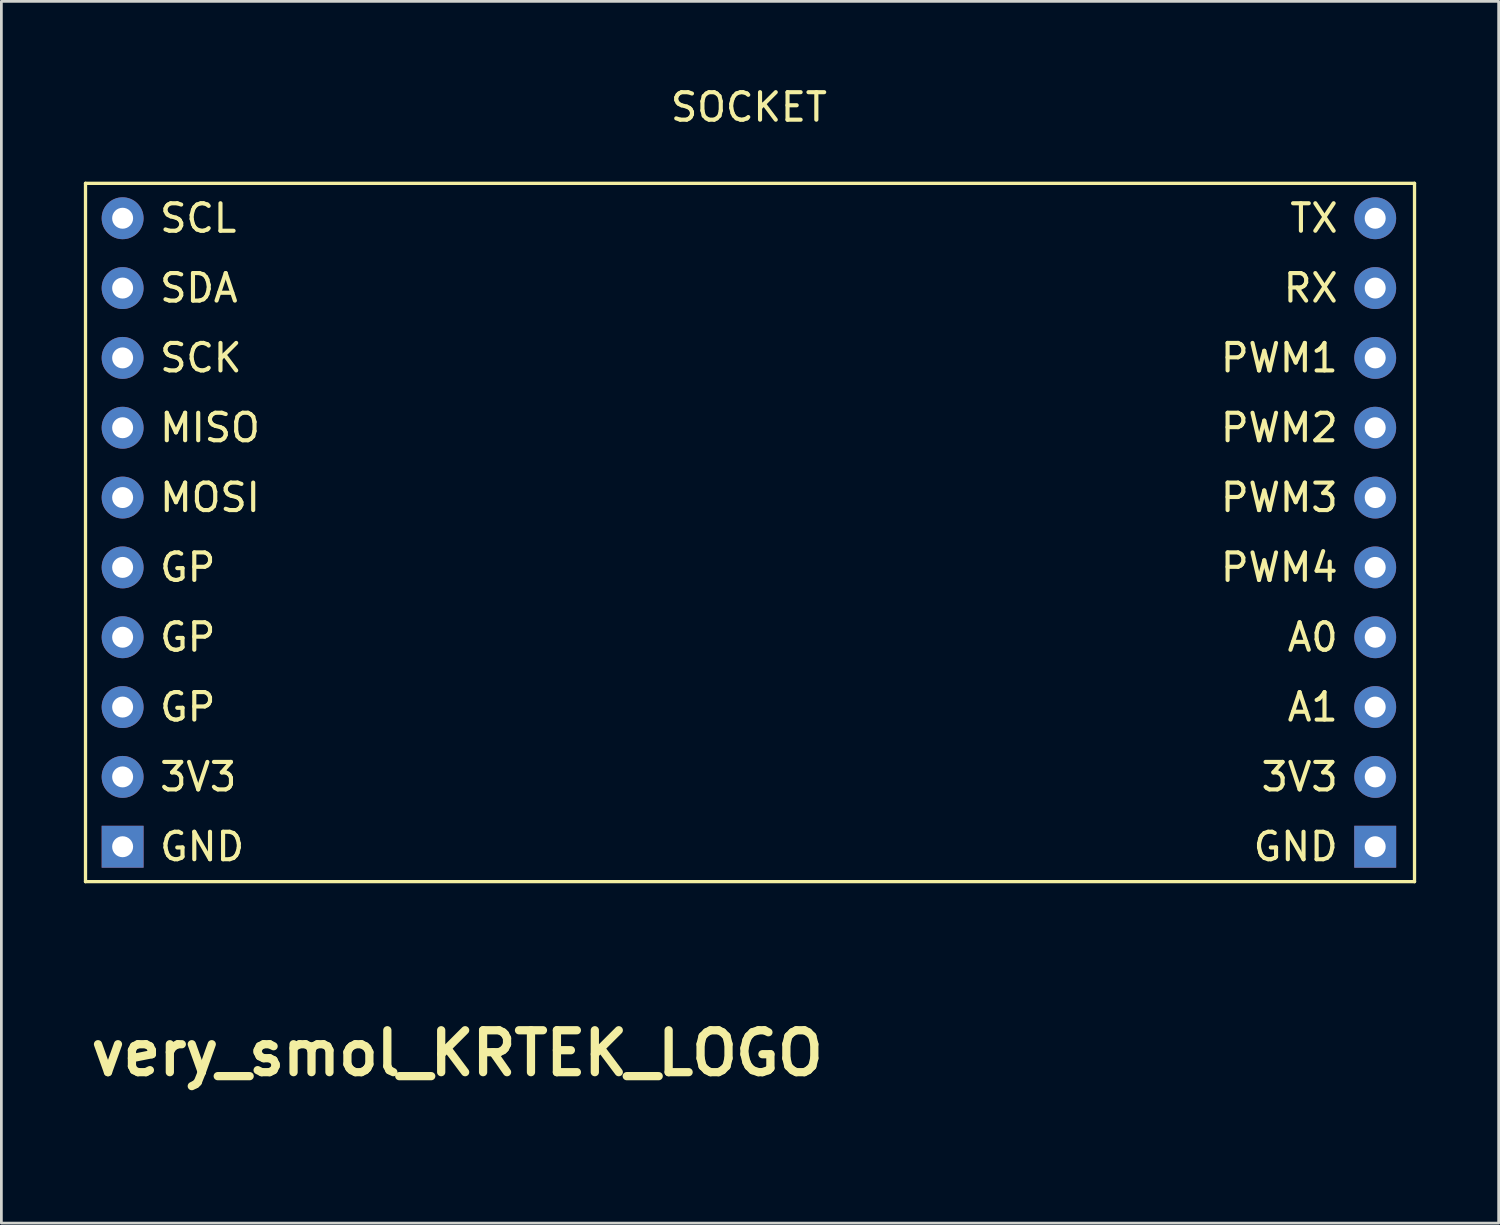
<source format=kicad_pcb>
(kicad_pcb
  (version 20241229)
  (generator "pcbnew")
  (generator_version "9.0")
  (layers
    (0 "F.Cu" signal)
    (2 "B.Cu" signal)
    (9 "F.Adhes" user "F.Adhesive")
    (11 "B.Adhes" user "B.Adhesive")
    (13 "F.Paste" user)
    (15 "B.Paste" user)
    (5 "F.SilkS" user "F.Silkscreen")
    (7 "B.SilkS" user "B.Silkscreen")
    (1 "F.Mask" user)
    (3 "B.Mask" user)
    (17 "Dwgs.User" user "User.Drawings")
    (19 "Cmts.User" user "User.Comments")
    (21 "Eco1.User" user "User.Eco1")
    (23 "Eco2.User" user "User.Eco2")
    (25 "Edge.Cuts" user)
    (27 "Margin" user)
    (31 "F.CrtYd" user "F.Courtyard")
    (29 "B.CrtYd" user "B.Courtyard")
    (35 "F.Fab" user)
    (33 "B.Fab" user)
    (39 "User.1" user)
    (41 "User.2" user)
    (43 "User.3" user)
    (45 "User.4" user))
  (footprint "very_smol_KRTEK_LOGO"
    (layer "F.Cu")
    (at 13.578 35.258)
    (property "Reference" "very_smol_KRTEK_LOGO" (at 0 0 0) (layer "F.SilkS") (effects (font (size 1.524 1.524) (thickness 0.3))))
    (attr through_hole)
    (fp_poly (pts (xy 3.175 3.175) (xy -3.175 3.175) (xy -3.175 0.151) (xy -1.921 0.151) (xy -1.842 0.616) (xy -1.671 0.768) (xy -1.283 0.715) (xy -1.201 0.529) (xy -0.353 0.529) (xy -0.176 0.706) (xy 0 0.529) (xy -0.176 0.353) (xy -0.353 0.529) (xy -1.201 0.529) (xy -0.964 -0.009) (xy -0.94 -0.096) (xy -0.633 -1.09) (xy -0.575 -1.232) (xy -0.172 -1.232) (xy -0.104 -0.715) (xy -0.095 -0.677) (xy 0.114 -0.204) (xy 0.278 -0.305) (xy 0.2 -0.944) (xy 0.059 -1.14) (xy -0.172 -1.232) (xy -0.575 -1.232) (xy -0.32 -1.852) (xy -0.167 -2.347) (xy -0.262 -2.464) (xy -0.91 -2.148) (xy -1.487 -1.196) (xy -1.671 -0.724) (xy -1.921 0.151) (xy -3.175 0.151) (xy -3.175 -3.175) (xy 3.175 -3.175) (xy 3.175 3.175)) (stroke (width 0.01) (type solid)) (fill no) (layer "Eco2.User")))
  (footprint "SOCKET"
    (layer "F.Cu")
    (at 24.19 2.348)
    (property "Reference" "SOCKET" (at 0 -1.5 0) (layer "F.SilkS") (effects (font (size 1 1) (thickness 0.15))))
    (attr through_hole)
    (fp_line (start -24.13 1.27) (end 24.21 1.27) (stroke (width 0.12) (type solid)) (layer "F.SilkS"))
    (fp_line (start -24.13 26.67) (end -24.13 1.27) (stroke (width 0.12) (type solid)) (layer "F.SilkS"))
    (fp_line (start 24.21 1.27) (end 24.21 26.67) (stroke (width 0.12) (type solid)) (layer "F.SilkS"))
    (fp_line (start 24.21 26.67) (end -24.13 26.67) (stroke (width 0.12) (type solid)) (layer "F.SilkS"))
    (fp_text user "A0" (at 21.51 17.78 0) (layer "F.SilkS") (effects (font (size 1 1) (thickness 0.15)) (justify right)))
    (fp_text user "PWM4" (at 21.51 15.24 0) (layer "F.SilkS") (effects (font (size 1 1) (thickness 0.15)) (justify right)))
    (fp_text user "PWM3" (at 21.51 12.7 0) (layer "F.SilkS") (effects (font (size 1 1) (thickness 0.15)) (justify right)))
    (fp_text user "3V3" (at 21.51 22.86 0) (layer "F.SilkS") (effects (font (size 1 1) (thickness 0.15)) (justify right)))
    (fp_text user "GP" (at -21.51 15.24 0) (layer "F.SilkS") (effects (font (size 1 1) (thickness 0.15)) (justify left)))
    (fp_text user "GP" (at -21.51 17.78 0) (layer "F.SilkS") (effects (font (size 1 1) (thickness 0.15)) (justify left)))
    (fp_text user "3V3" (at -21.51 22.86 0) (layer "F.SilkS") (effects (font (size 1 1) (thickness 0.15)) (justify left)))
    (fp_text user "GND" (at -21.51 25.4 0) (layer "F.SilkS") (effects (font (size 1 1) (thickness 0.15)) (justify left)))
    (fp_text user "PWM1" (at 21.51 7.62 0) (layer "F.SilkS") (effects (font (size 1 1) (thickness 0.15)) (justify right)))
    (fp_text user "TX" (at 21.51 2.54 0) (layer "F.SilkS") (effects (font (size 1 1) (thickness 0.15)) (justify right)))
    (fp_text user "SCK" (at -21.51 7.62 0) (layer "F.SilkS") (effects (font (size 1 1) (thickness 0.15)) (justify left)))
    (fp_text user "GP" (at -21.51 20.32 0) (layer "F.SilkS") (effects (font (size 1 1) (thickness 0.15)) (justify left)))
    (fp_text user "MOSI" (at -21.51 12.7 0) (layer "F.SilkS") (effects (font (size 1 1) (thickness 0.15)) (justify left)))
    (fp_text user "A1" (at 21.51 20.32 0) (layer "F.SilkS") (effects (font (size 1 1) (thickness 0.15)) (justify right)))
    (fp_text user "RX" (at 21.51 5.08 0) (layer "F.SilkS") (effects (font (size 1 1) (thickness 0.15)) (justify right)))
    (fp_text user "SDA" (at -21.51 5.08 0) (layer "F.SilkS") (effects (font (size 1 1) (thickness 0.15)) (justify left)))
    (fp_text user "GND" (at 21.51 25.4 0) (layer "F.SilkS") (effects (font (size 1 1) (thickness 0.15)) (justify right)))
    (fp_text user "SCL" (at -21.51 2.54 0) (layer "F.SilkS") (effects (font (size 1 1) (thickness 0.15)) (justify left)))
    (fp_text user "MISO" (at -21.51 10.16 0) (layer "F.SilkS") (effects (font (size 1 1) (thickness 0.15)) (justify left)))
    (fp_text user "PWM2" (at 21.51 10.16 0) (layer "F.SilkS") (effects (font (size 1 1) (thickness 0.15)) (justify right)))
    (pad "1" thru_hole circle (at -22.78 2.54) (size 1.524 1.524) (drill 0.762) (layers "*.Cu" "*.Mask"))
    (pad "2" thru_hole circle (at -22.78 5.08) (size 1.524 1.524) (drill 0.762) (layers "*.Cu" "*.Mask"))
    (pad "3" thru_hole circle (at -22.78 7.62) (size 1.524 1.524) (drill 0.762) (layers "*.Cu" "*.Mask"))
    (pad "4" thru_hole circle (at -22.78 10.16) (size 1.524 1.524) (drill 0.762) (layers "*.Cu" "*.Mask"))
    (pad "5" thru_hole circle (at -22.78 12.7) (size 1.524 1.524) (drill 0.762) (layers "*.Cu" "*.Mask"))
    (pad "6" thru_hole circle (at -22.78 15.24) (size 1.524 1.524) (drill 0.762) (layers "*.Cu" "*.Mask"))
    (pad "7" thru_hole circle (at -22.78 22.86) (size 1.524 1.524) (drill 0.762) (layers "*.Cu" "*.Mask"))
    (pad "8" thru_hole rect (at -22.78 25.4) (size 1.524 1.524) (drill 0.762) (layers "*.Cu" "*.Mask"))
    (pad "9" thru_hole rect (at 22.78 25.4) (size 1.524 1.524) (drill 0.762) (layers "*.Cu" "*.Mask"))
    (pad "10" thru_hole circle (at 22.78 22.86) (size 1.524 1.524) (drill 0.762) (layers "*.Cu" "*.Mask"))
    (pad "11" thru_hole circle (at 22.78 15.24) (size 1.524 1.524) (drill 0.762) (layers "*.Cu" "*.Mask"))
    (pad "12" thru_hole circle (at 22.78 12.7) (size 1.524 1.524) (drill 0.762) (layers "*.Cu" "*.Mask"))
    (pad "13" thru_hole circle (at 22.78 10.16) (size 1.524 1.524) (drill 0.762) (layers "*.Cu" "*.Mask"))
    (pad "14" thru_hole circle (at 22.78 7.62) (size 1.524 1.524) (drill 0.762) (layers "*.Cu" "*.Mask"))
    (pad "15" thru_hole circle (at 22.78 5.08) (size 1.524 1.524) (drill 0.762) (layers "*.Cu" "*.Mask"))
    (pad "16" thru_hole circle (at 22.78 2.54) (size 1.524 1.524) (drill 0.762) (layers "*.Cu" "*.Mask"))
    (pad "17" thru_hole circle (at -22.78 17.78) (size 1.524 1.524) (drill 0.762) (layers "*.Cu" "*.Mask"))
    (pad "18" thru_hole circle (at -22.78 20.32) (size 1.524 1.524) (drill 0.762) (layers "*.Cu" "*.Mask"))
    (pad "19" thru_hole circle (at 22.78 20.32) (size 1.524 1.524) (drill 0.762) (layers "*.Cu" "*.Mask"))
    (pad "20" thru_hole circle (at 22.78 17.78) (size 1.524 1.524) (drill 0.762) (layers "*.Cu" "*.Mask")))
  (gr_rect
    (start -3 -3)
    (end 51.46 41.438)
    (stroke (width 0.1) (type default))
    (fill no)
    (layer "Edge.Cuts")))
</source>
